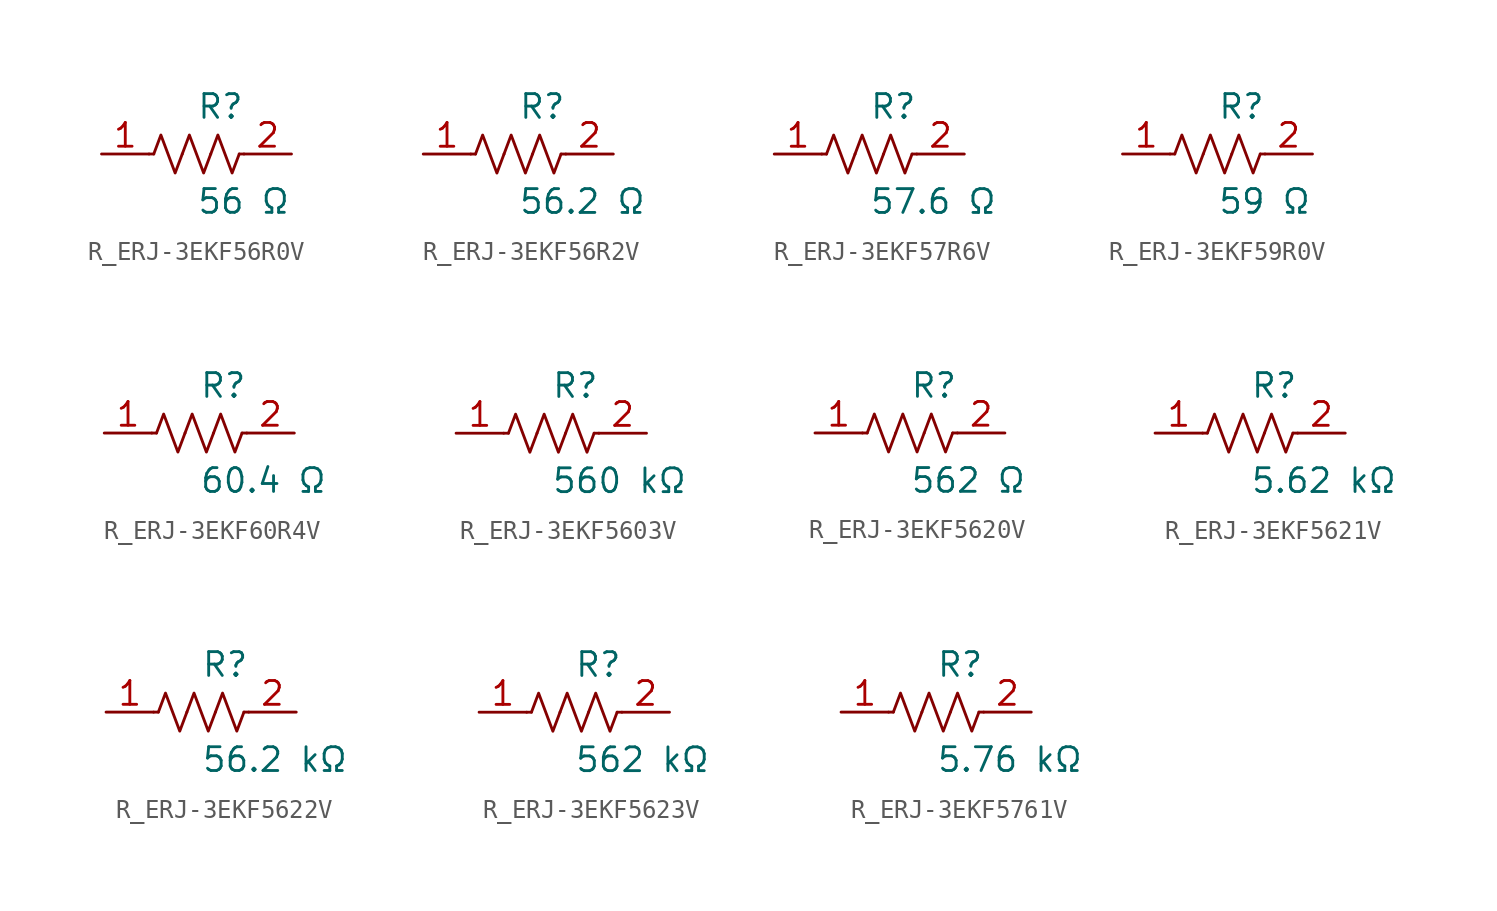
<source format=kicad_sym>
(kicad_symbol_lib
  (version 20231120)
  (generator kicad_symbol_editor)
  (generator_version 8.0)
  (symbol "R_ERJ-3EKF56R0V"
    (pin_names
      (offset 0.254))
    (property "Reference" "R"
      (at 0.0 2.54 0)
      (effects (font (size 1.27 1.27)) (justify left)))
    (property "Value" "56 Ω"
      (at 0.0 -2.54 0)
      (effects (font (size 1.27 1.27)) (justify left)))
    (symbol "R_ERJ-3EKF56R0V_0_1"
      (polyline (pts (xy 2.286 0) (xy 2.54 0)) (stroke (width 0) (type default)) (fill (type none)))
      (polyline (pts (xy -2.286 0) (xy -2.54 0)) (stroke (width 0) (type default)) (fill (type none)))
      (polyline (pts (xy 0.762 0) (xy 1.143 1.016) (xy 1.524 0) (xy 1.905 -1.016) (xy 2.286 0)) (stroke (width 0) (type default)) (fill (type none)))
      (polyline (pts (xy -0.762 0) (xy -0.381 1.016) (xy 0 0) (xy 0.381 -1.016) (xy 0.762 0)) (stroke (width 0) (type default)) (fill (type none)))
      (polyline (pts (xy -2.286 0) (xy -1.905 1.016) (xy -1.524 0) (xy -1.143 -1.016) (xy -0.762 0)) (stroke (width 0) (type default)) (fill (type none))))
    (pin unspecified line
      (at -5.08 0 0)
      (length 2.54)
      (name "" (effects (font (size 1.27 1.27))))
      (number "1" (effects (font (size 1.27 1.27)))))
    (pin unspecified line
      (at 5.08 0 180)
      (length 2.54)
      (name "" (effects (font (size 1.27 1.27))))
      (number "2" (effects (font (size 1.27 1.27))))))
  (symbol "R_ERJ-3EKF56R2V"
    (pin_names
      (offset 0.254))
    (property "Reference" "R"
      (at 0.0 2.54 0)
      (effects (font (size 1.27 1.27)) (justify left)))
    (property "Value" "56.2 Ω"
      (at 0.0 -2.54 0)
      (effects (font (size 1.27 1.27)) (justify left)))
    (symbol "R_ERJ-3EKF56R2V_0_1"
      (polyline (pts (xy 2.286 0) (xy 2.54 0)) (stroke (width 0) (type default)) (fill (type none)))
      (polyline (pts (xy -2.286 0) (xy -2.54 0)) (stroke (width 0) (type default)) (fill (type none)))
      (polyline (pts (xy 0.762 0) (xy 1.143 1.016) (xy 1.524 0) (xy 1.905 -1.016) (xy 2.286 0)) (stroke (width 0) (type default)) (fill (type none)))
      (polyline (pts (xy -0.762 0) (xy -0.381 1.016) (xy 0 0) (xy 0.381 -1.016) (xy 0.762 0)) (stroke (width 0) (type default)) (fill (type none)))
      (polyline (pts (xy -2.286 0) (xy -1.905 1.016) (xy -1.524 0) (xy -1.143 -1.016) (xy -0.762 0)) (stroke (width 0) (type default)) (fill (type none))))
    (pin unspecified line
      (at -5.08 0 0)
      (length 2.54)
      (name "" (effects (font (size 1.27 1.27))))
      (number "1" (effects (font (size 1.27 1.27)))))
    (pin unspecified line
      (at 5.08 0 180)
      (length 2.54)
      (name "" (effects (font (size 1.27 1.27))))
      (number "2" (effects (font (size 1.27 1.27))))))
  (symbol "R_ERJ-3EKF57R6V"
    (pin_names
      (offset 0.254))
    (property "Reference" "R"
      (at 0.0 2.54 0)
      (effects (font (size 1.27 1.27)) (justify left)))
    (property "Value" "57.6 Ω"
      (at 0.0 -2.54 0)
      (effects (font (size 1.27 1.27)) (justify left)))
    (symbol "R_ERJ-3EKF57R6V_0_1"
      (polyline (pts (xy 2.286 0) (xy 2.54 0)) (stroke (width 0) (type default)) (fill (type none)))
      (polyline (pts (xy -2.286 0) (xy -2.54 0)) (stroke (width 0) (type default)) (fill (type none)))
      (polyline (pts (xy 0.762 0) (xy 1.143 1.016) (xy 1.524 0) (xy 1.905 -1.016) (xy 2.286 0)) (stroke (width 0) (type default)) (fill (type none)))
      (polyline (pts (xy -0.762 0) (xy -0.381 1.016) (xy 0 0) (xy 0.381 -1.016) (xy 0.762 0)) (stroke (width 0) (type default)) (fill (type none)))
      (polyline (pts (xy -2.286 0) (xy -1.905 1.016) (xy -1.524 0) (xy -1.143 -1.016) (xy -0.762 0)) (stroke (width 0) (type default)) (fill (type none))))
    (pin unspecified line
      (at -5.08 0 0)
      (length 2.54)
      (name "" (effects (font (size 1.27 1.27))))
      (number "1" (effects (font (size 1.27 1.27)))))
    (pin unspecified line
      (at 5.08 0 180)
      (length 2.54)
      (name "" (effects (font (size 1.27 1.27))))
      (number "2" (effects (font (size 1.27 1.27))))))
  (symbol "R_ERJ-3EKF59R0V"
    (pin_names
      (offset 0.254))
    (property "Reference" "R"
      (at 0.0 2.54 0)
      (effects (font (size 1.27 1.27)) (justify left)))
    (property "Value" "59 Ω"
      (at 0.0 -2.54 0)
      (effects (font (size 1.27 1.27)) (justify left)))
    (symbol "R_ERJ-3EKF59R0V_0_1"
      (polyline (pts (xy 2.286 0) (xy 2.54 0)) (stroke (width 0) (type default)) (fill (type none)))
      (polyline (pts (xy -2.286 0) (xy -2.54 0)) (stroke (width 0) (type default)) (fill (type none)))
      (polyline (pts (xy 0.762 0) (xy 1.143 1.016) (xy 1.524 0) (xy 1.905 -1.016) (xy 2.286 0)) (stroke (width 0) (type default)) (fill (type none)))
      (polyline (pts (xy -0.762 0) (xy -0.381 1.016) (xy 0 0) (xy 0.381 -1.016) (xy 0.762 0)) (stroke (width 0) (type default)) (fill (type none)))
      (polyline (pts (xy -2.286 0) (xy -1.905 1.016) (xy -1.524 0) (xy -1.143 -1.016) (xy -0.762 0)) (stroke (width 0) (type default)) (fill (type none))))
    (pin unspecified line
      (at -5.08 0 0)
      (length 2.54)
      (name "" (effects (font (size 1.27 1.27))))
      (number "1" (effects (font (size 1.27 1.27)))))
    (pin unspecified line
      (at 5.08 0 180)
      (length 2.54)
      (name "" (effects (font (size 1.27 1.27))))
      (number "2" (effects (font (size 1.27 1.27))))))
  (symbol "R_ERJ-3EKF60R4V"
    (pin_names
      (offset 0.254))
    (property "Reference" "R"
      (at 0.0 2.54 0)
      (effects (font (size 1.27 1.27)) (justify left)))
    (property "Value" "60.4 Ω"
      (at 0.0 -2.54 0)
      (effects (font (size 1.27 1.27)) (justify left)))
    (symbol "R_ERJ-3EKF60R4V_0_1"
      (polyline (pts (xy 2.286 0) (xy 2.54 0)) (stroke (width 0) (type default)) (fill (type none)))
      (polyline (pts (xy -2.286 0) (xy -2.54 0)) (stroke (width 0) (type default)) (fill (type none)))
      (polyline (pts (xy 0.762 0) (xy 1.143 1.016) (xy 1.524 0) (xy 1.905 -1.016) (xy 2.286 0)) (stroke (width 0) (type default)) (fill (type none)))
      (polyline (pts (xy -0.762 0) (xy -0.381 1.016) (xy 0 0) (xy 0.381 -1.016) (xy 0.762 0)) (stroke (width 0) (type default)) (fill (type none)))
      (polyline (pts (xy -2.286 0) (xy -1.905 1.016) (xy -1.524 0) (xy -1.143 -1.016) (xy -0.762 0)) (stroke (width 0) (type default)) (fill (type none))))
    (pin unspecified line
      (at -5.08 0 0)
      (length 2.54)
      (name "" (effects (font (size 1.27 1.27))))
      (number "1" (effects (font (size 1.27 1.27)))))
    (pin unspecified line
      (at 5.08 0 180)
      (length 2.54)
      (name "" (effects (font (size 1.27 1.27))))
      (number "2" (effects (font (size 1.27 1.27))))))
  (symbol "R_ERJ-3EKF5603V"
    (pin_names
      (offset 0.254))
    (property "Reference" "R"
      (at 0.0 2.54 0)
      (effects (font (size 1.27 1.27)) (justify left)))
    (property "Value" "560 kΩ"
      (at 0.0 -2.54 0)
      (effects (font (size 1.27 1.27)) (justify left)))
    (symbol "R_ERJ-3EKF5603V_0_1"
      (polyline (pts (xy 2.286 0) (xy 2.54 0)) (stroke (width 0) (type default)) (fill (type none)))
      (polyline (pts (xy -2.286 0) (xy -2.54 0)) (stroke (width 0) (type default)) (fill (type none)))
      (polyline (pts (xy 0.762 0) (xy 1.143 1.016) (xy 1.524 0) (xy 1.905 -1.016) (xy 2.286 0)) (stroke (width 0) (type default)) (fill (type none)))
      (polyline (pts (xy -0.762 0) (xy -0.381 1.016) (xy 0 0) (xy 0.381 -1.016) (xy 0.762 0)) (stroke (width 0) (type default)) (fill (type none)))
      (polyline (pts (xy -2.286 0) (xy -1.905 1.016) (xy -1.524 0) (xy -1.143 -1.016) (xy -0.762 0)) (stroke (width 0) (type default)) (fill (type none))))
    (pin unspecified line
      (at -5.08 0 0)
      (length 2.54)
      (name "" (effects (font (size 1.27 1.27))))
      (number "1" (effects (font (size 1.27 1.27)))))
    (pin unspecified line
      (at 5.08 0 180)
      (length 2.54)
      (name "" (effects (font (size 1.27 1.27))))
      (number "2" (effects (font (size 1.27 1.27))))))
  (symbol "R_ERJ-3EKF5620V"
    (pin_names
      (offset 0.254))
    (property "Reference" "R"
      (at 0.0 2.54 0)
      (effects (font (size 1.27 1.27)) (justify left)))
    (property "Value" "562 Ω"
      (at 0.0 -2.54 0)
      (effects (font (size 1.27 1.27)) (justify left)))
    (symbol "R_ERJ-3EKF5620V_0_1"
      (polyline (pts (xy 2.286 0) (xy 2.54 0)) (stroke (width 0) (type default)) (fill (type none)))
      (polyline (pts (xy -2.286 0) (xy -2.54 0)) (stroke (width 0) (type default)) (fill (type none)))
      (polyline (pts (xy 0.762 0) (xy 1.143 1.016) (xy 1.524 0) (xy 1.905 -1.016) (xy 2.286 0)) (stroke (width 0) (type default)) (fill (type none)))
      (polyline (pts (xy -0.762 0) (xy -0.381 1.016) (xy 0 0) (xy 0.381 -1.016) (xy 0.762 0)) (stroke (width 0) (type default)) (fill (type none)))
      (polyline (pts (xy -2.286 0) (xy -1.905 1.016) (xy -1.524 0) (xy -1.143 -1.016) (xy -0.762 0)) (stroke (width 0) (type default)) (fill (type none))))
    (pin unspecified line
      (at -5.08 0 0)
      (length 2.54)
      (name "" (effects (font (size 1.27 1.27))))
      (number "1" (effects (font (size 1.27 1.27)))))
    (pin unspecified line
      (at 5.08 0 180)
      (length 2.54)
      (name "" (effects (font (size 1.27 1.27))))
      (number "2" (effects (font (size 1.27 1.27))))))
  (symbol "R_ERJ-3EKF5621V"
    (pin_names
      (offset 0.254))
    (property "Reference" "R"
      (at 0.0 2.54 0)
      (effects (font (size 1.27 1.27)) (justify left)))
    (property "Value" "5.62 kΩ"
      (at 0.0 -2.54 0)
      (effects (font (size 1.27 1.27)) (justify left)))
    (symbol "R_ERJ-3EKF5621V_0_1"
      (polyline (pts (xy 2.286 0) (xy 2.54 0)) (stroke (width 0) (type default)) (fill (type none)))
      (polyline (pts (xy -2.286 0) (xy -2.54 0)) (stroke (width 0) (type default)) (fill (type none)))
      (polyline (pts (xy 0.762 0) (xy 1.143 1.016) (xy 1.524 0) (xy 1.905 -1.016) (xy 2.286 0)) (stroke (width 0) (type default)) (fill (type none)))
      (polyline (pts (xy -0.762 0) (xy -0.381 1.016) (xy 0 0) (xy 0.381 -1.016) (xy 0.762 0)) (stroke (width 0) (type default)) (fill (type none)))
      (polyline (pts (xy -2.286 0) (xy -1.905 1.016) (xy -1.524 0) (xy -1.143 -1.016) (xy -0.762 0)) (stroke (width 0) (type default)) (fill (type none))))
    (pin unspecified line
      (at -5.08 0 0)
      (length 2.54)
      (name "" (effects (font (size 1.27 1.27))))
      (number "1" (effects (font (size 1.27 1.27)))))
    (pin unspecified line
      (at 5.08 0 180)
      (length 2.54)
      (name "" (effects (font (size 1.27 1.27))))
      (number "2" (effects (font (size 1.27 1.27))))))
  (symbol "R_ERJ-3EKF5622V"
    (pin_names
      (offset 0.254))
    (property "Reference" "R"
      (at 0.0 2.54 0)
      (effects (font (size 1.27 1.27)) (justify left)))
    (property "Value" "56.2 kΩ"
      (at 0.0 -2.54 0)
      (effects (font (size 1.27 1.27)) (justify left)))
    (symbol "R_ERJ-3EKF5622V_0_1"
      (polyline (pts (xy 2.286 0) (xy 2.54 0)) (stroke (width 0) (type default)) (fill (type none)))
      (polyline (pts (xy -2.286 0) (xy -2.54 0)) (stroke (width 0) (type default)) (fill (type none)))
      (polyline (pts (xy 0.762 0) (xy 1.143 1.016) (xy 1.524 0) (xy 1.905 -1.016) (xy 2.286 0)) (stroke (width 0) (type default)) (fill (type none)))
      (polyline (pts (xy -0.762 0) (xy -0.381 1.016) (xy 0 0) (xy 0.381 -1.016) (xy 0.762 0)) (stroke (width 0) (type default)) (fill (type none)))
      (polyline (pts (xy -2.286 0) (xy -1.905 1.016) (xy -1.524 0) (xy -1.143 -1.016) (xy -0.762 0)) (stroke (width 0) (type default)) (fill (type none))))
    (pin unspecified line
      (at -5.08 0 0)
      (length 2.54)
      (name "" (effects (font (size 1.27 1.27))))
      (number "1" (effects (font (size 1.27 1.27)))))
    (pin unspecified line
      (at 5.08 0 180)
      (length 2.54)
      (name "" (effects (font (size 1.27 1.27))))
      (number "2" (effects (font (size 1.27 1.27))))))
  (symbol "R_ERJ-3EKF5623V"
    (pin_names
      (offset 0.254))
    (property "Reference" "R"
      (at 0.0 2.54 0)
      (effects (font (size 1.27 1.27)) (justify left)))
    (property "Value" "562 kΩ"
      (at 0.0 -2.54 0)
      (effects (font (size 1.27 1.27)) (justify left)))
    (symbol "R_ERJ-3EKF5623V_0_1"
      (polyline (pts (xy 2.286 0) (xy 2.54 0)) (stroke (width 0) (type default)) (fill (type none)))
      (polyline (pts (xy -2.286 0) (xy -2.54 0)) (stroke (width 0) (type default)) (fill (type none)))
      (polyline (pts (xy 0.762 0) (xy 1.143 1.016) (xy 1.524 0) (xy 1.905 -1.016) (xy 2.286 0)) (stroke (width 0) (type default)) (fill (type none)))
      (polyline (pts (xy -0.762 0) (xy -0.381 1.016) (xy 0 0) (xy 0.381 -1.016) (xy 0.762 0)) (stroke (width 0) (type default)) (fill (type none)))
      (polyline (pts (xy -2.286 0) (xy -1.905 1.016) (xy -1.524 0) (xy -1.143 -1.016) (xy -0.762 0)) (stroke (width 0) (type default)) (fill (type none))))
    (pin unspecified line
      (at -5.08 0 0)
      (length 2.54)
      (name "" (effects (font (size 1.27 1.27))))
      (number "1" (effects (font (size 1.27 1.27)))))
    (pin unspecified line
      (at 5.08 0 180)
      (length 2.54)
      (name "" (effects (font (size 1.27 1.27))))
      (number "2" (effects (font (size 1.27 1.27))))))
  (symbol "R_ERJ-3EKF5761V"
    (pin_names
      (offset 0.254))
    (property "Reference" "R"
      (at 0.0 2.54 0)
      (effects (font (size 1.27 1.27)) (justify left)))
    (property "Value" "5.76 kΩ"
      (at 0.0 -2.54 0)
      (effects (font (size 1.27 1.27)) (justify left)))
    (symbol "R_ERJ-3EKF5761V_0_1"
      (polyline (pts (xy 2.286 0) (xy 2.54 0)) (stroke (width 0) (type default)) (fill (type none)))
      (polyline (pts (xy -2.286 0) (xy -2.54 0)) (stroke (width 0) (type default)) (fill (type none)))
      (polyline (pts (xy 0.762 0) (xy 1.143 1.016) (xy 1.524 0) (xy 1.905 -1.016) (xy 2.286 0)) (stroke (width 0) (type default)) (fill (type none)))
      (polyline (pts (xy -0.762 0) (xy -0.381 1.016) (xy 0 0) (xy 0.381 -1.016) (xy 0.762 0)) (stroke (width 0) (type default)) (fill (type none)))
      (polyline (pts (xy -2.286 0) (xy -1.905 1.016) (xy -1.524 0) (xy -1.143 -1.016) (xy -0.762 0)) (stroke (width 0) (type default)) (fill (type none))))
    (pin unspecified line
      (at -5.08 0 0)
      (length 2.54)
      (name "" (effects (font (size 1.27 1.27))))
      (number "1" (effects (font (size 1.27 1.27)))))
    (pin unspecified line
      (at 5.08 0 180)
      (length 2.54)
      (name "" (effects (font (size 1.27 1.27))))
      (number "2" (effects (font (size 1.27 1.27)))))))
</source>
